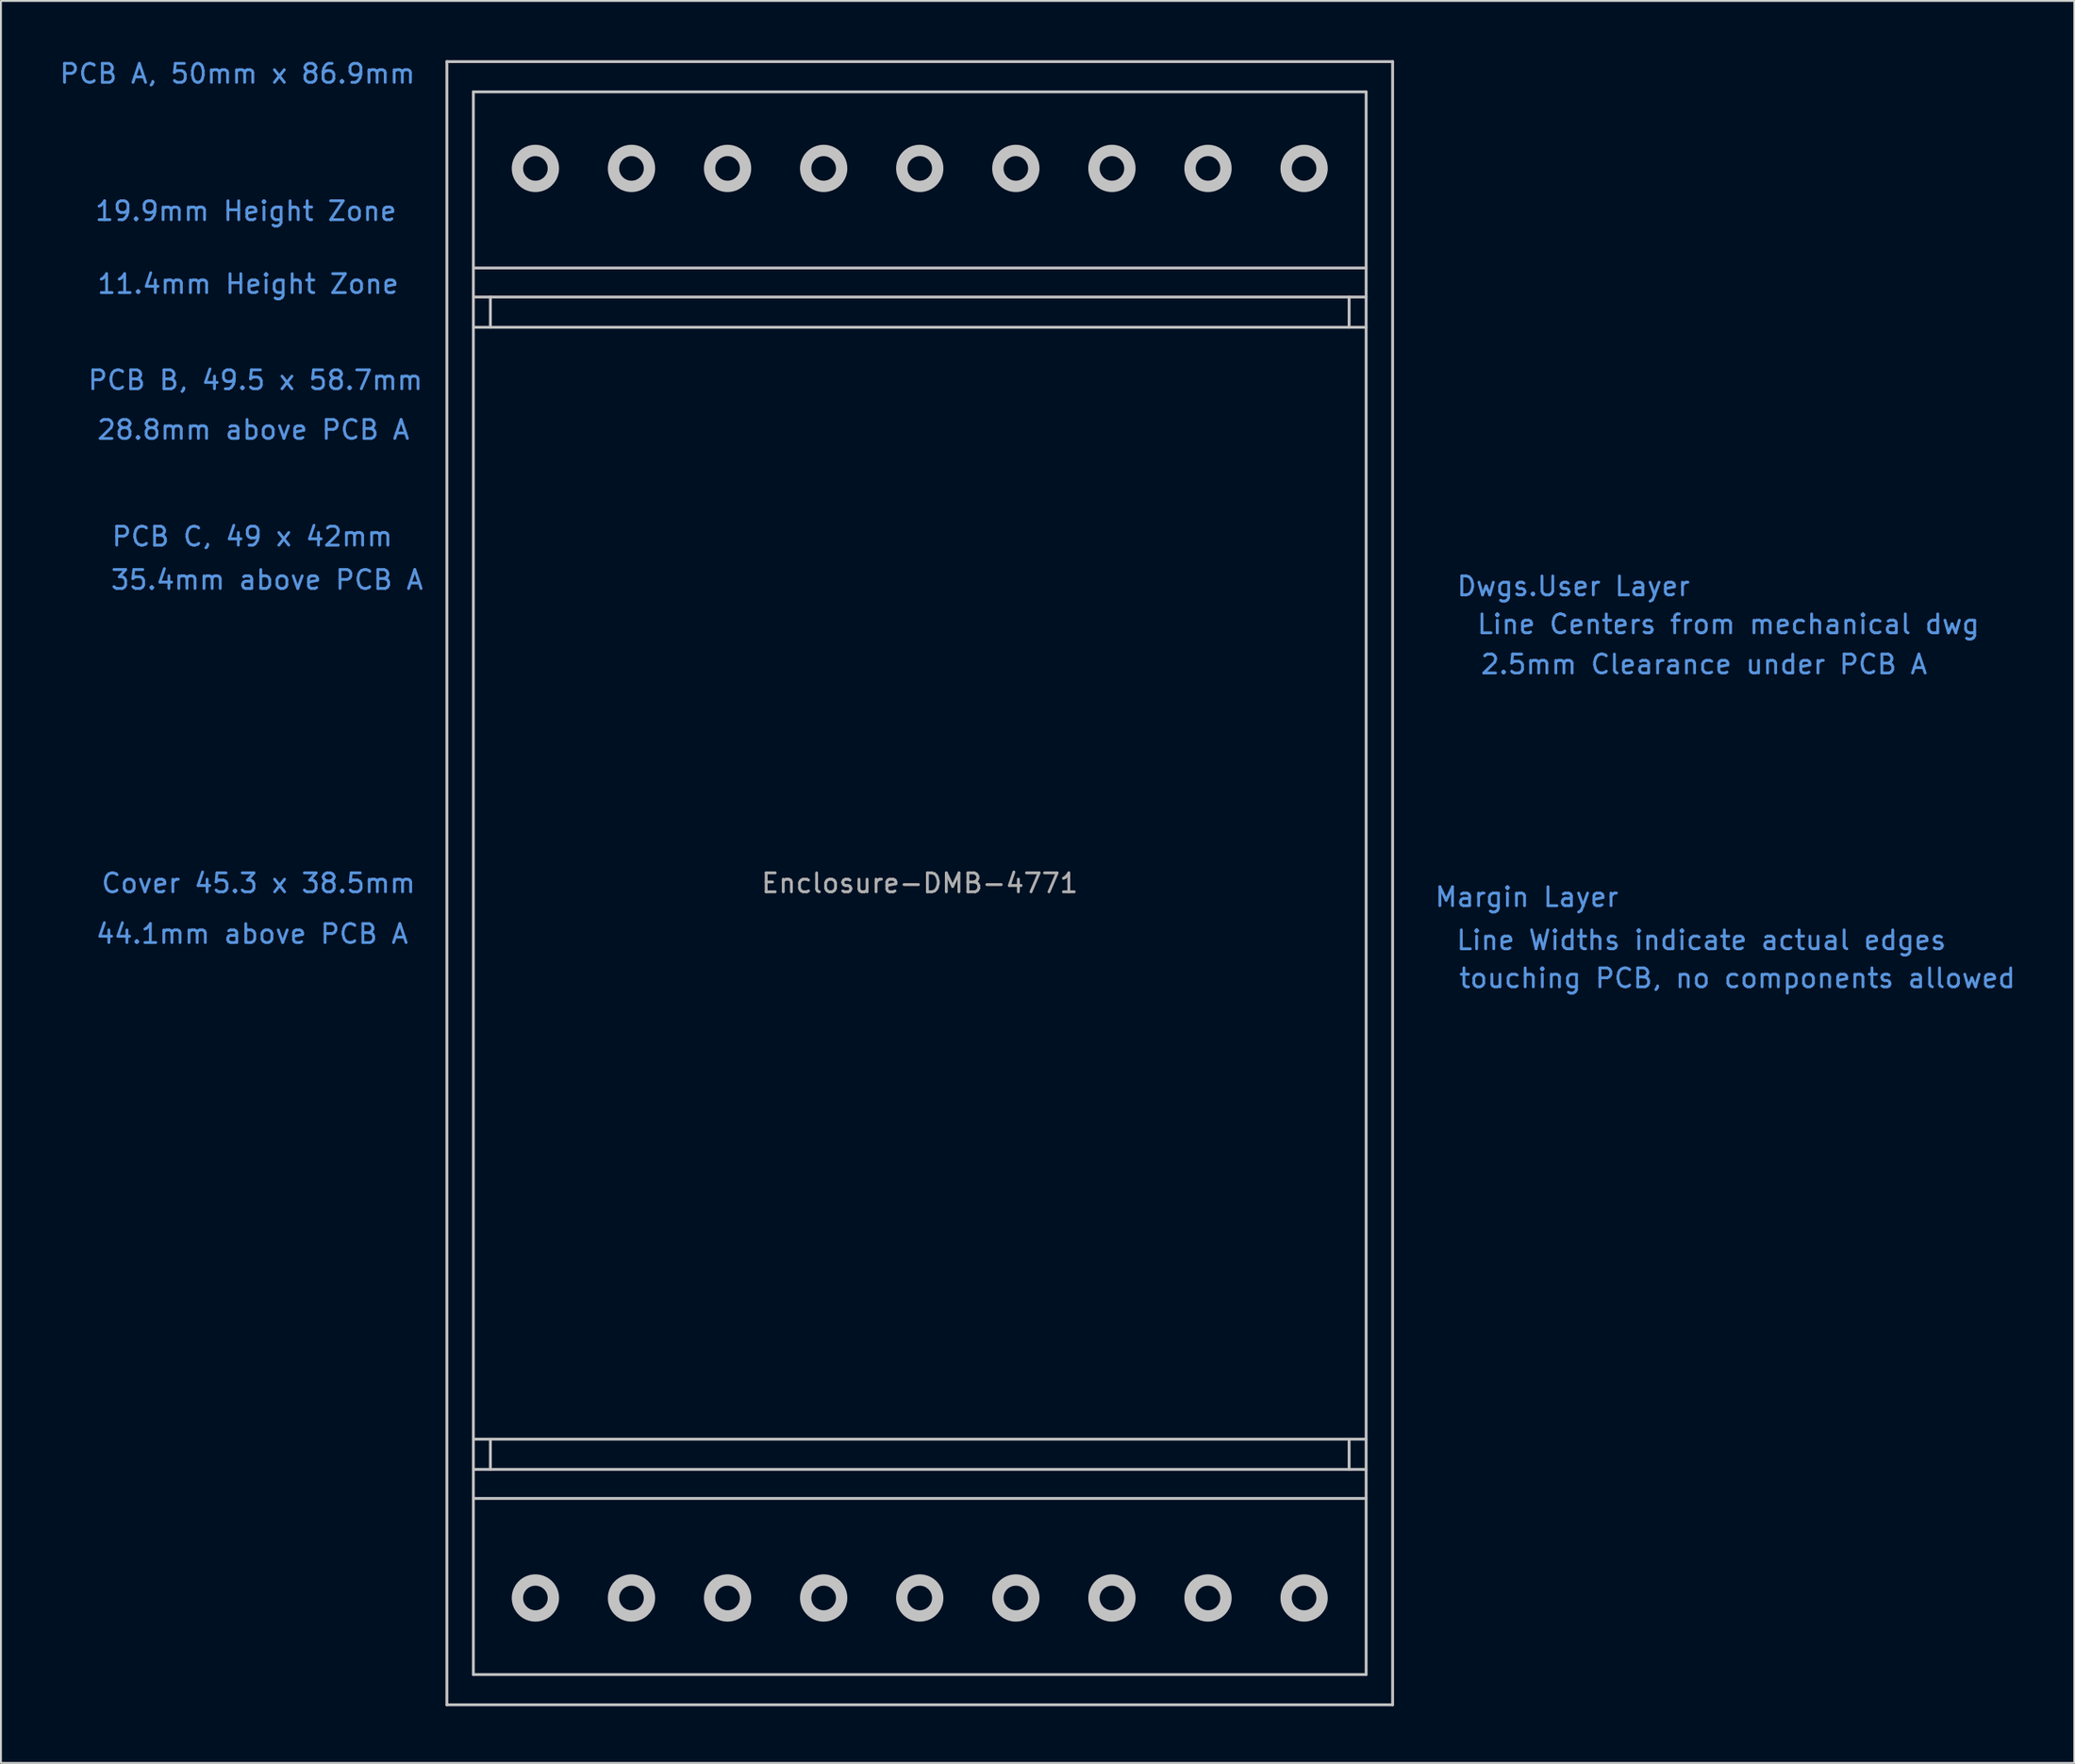
<source format=kicad_pcb>
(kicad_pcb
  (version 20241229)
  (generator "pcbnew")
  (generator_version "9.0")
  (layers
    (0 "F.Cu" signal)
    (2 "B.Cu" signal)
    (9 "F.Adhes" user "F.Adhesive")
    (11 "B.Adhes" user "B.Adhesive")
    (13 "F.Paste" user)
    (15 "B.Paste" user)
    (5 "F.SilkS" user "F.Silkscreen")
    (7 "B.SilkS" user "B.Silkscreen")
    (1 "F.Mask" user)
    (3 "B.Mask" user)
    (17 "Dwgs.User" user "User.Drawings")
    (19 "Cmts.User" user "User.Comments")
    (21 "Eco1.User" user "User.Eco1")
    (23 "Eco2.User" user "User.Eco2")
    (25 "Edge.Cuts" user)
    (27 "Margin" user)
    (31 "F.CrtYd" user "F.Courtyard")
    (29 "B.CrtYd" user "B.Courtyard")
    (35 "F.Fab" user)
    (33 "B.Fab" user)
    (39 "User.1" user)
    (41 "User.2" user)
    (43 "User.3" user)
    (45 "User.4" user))
  (footprint "Enclosure-DMB-4771"
    (layer "F.Cu")
    (at 45.576 43.657)
    (property "Reference" "Enclosure-DMB-4771" (at 0 0 0) (layer "F.Fab") (effects (font (size 1 1) (thickness 0.15))))
    (attr through_hole)
    (fp_line (start -25 -43.45) (end 25 -43.45) (stroke (width 0.15) (type solid)) (layer "Dwgs.User"))
    (fp_line (start -25 43.45) (end -25 -43.45) (stroke (width 0.15) (type solid)) (layer "Dwgs.User"))
    (fp_line (start -25 43.45) (end 25 43.45) (stroke (width 0.15) (type solid)) (layer "Dwgs.User"))
    (fp_line (start -23.6 -41.85) (end -23.6 41.85) (stroke (width 0.15) (type solid)) (layer "Dwgs.User"))
    (fp_line (start -23.6 -41.85) (end 23.6 -41.85) (stroke (width 0.15) (type solid)) (layer "Dwgs.User"))
    (fp_line (start -23.6 -32.535) (end 23.6 -32.535) (stroke (width 0.15) (type solid)) (layer "Dwgs.User"))
    (fp_line (start -23.6 -31) (end 23.6 -31) (stroke (width 0.15) (type solid)) (layer "Dwgs.User"))
    (fp_line (start -23.6 -29.4) (end 23.6 -29.4) (stroke (width 0.15) (type solid)) (layer "Dwgs.User"))
    (fp_line (start -23.6 29.4) (end 23.6 29.4) (stroke (width 0.15) (type solid)) (layer "Dwgs.User"))
    (fp_line (start -23.6 31) (end 23.6 31) (stroke (width 0.15) (type solid)) (layer "Dwgs.User"))
    (fp_line (start -23.6 32.535) (end 23.6 32.535) (stroke (width 0.15) (type solid)) (layer "Dwgs.User"))
    (fp_line (start -23.6 41.85) (end 23.6 41.85) (stroke (width 0.15) (type solid)) (layer "Dwgs.User"))
    (fp_line (start -22.7 -31) (end -22.7 -29.4) (stroke (width 0.15) (type solid)) (layer "Dwgs.User"))
    (fp_line (start -22.7 29.4) (end -22.7 31) (stroke (width 0.15) (type solid)) (layer "Dwgs.User"))
    (fp_line (start 22.7 -31) (end 22.7 -29.4) (stroke (width 0.15) (type solid)) (layer "Dwgs.User"))
    (fp_line (start 22.7 29.4) (end 22.7 31) (stroke (width 0.15) (type solid)) (layer "Dwgs.User"))
    (fp_line (start 23.6 -41.85) (end 23.6 41.85) (stroke (width 0.15) (type solid)) (layer "Dwgs.User"))
    (fp_line (start 25 -43.45) (end 25 43.45) (stroke (width 0.15) (type solid)) (layer "Dwgs.User"))
    (fp_circle (center -20.32 -37.8) (end -21.27 -37.8) (stroke (width 0.6) (type solid)) (fill no) (layer "Dwgs.User"))
    (fp_circle (center -20.32 37.8) (end -21.27 37.8) (stroke (width 0.6) (type solid)) (fill no) (layer "Dwgs.User"))
    (fp_circle (center -15.24 -37.8) (end -16.19 -37.8) (stroke (width 0.6) (type solid)) (fill no) (layer "Dwgs.User"))
    (fp_circle (center -15.24 37.8) (end -16.19 37.8) (stroke (width 0.6) (type solid)) (fill no) (layer "Dwgs.User"))
    (fp_circle (center -10.16 -37.8) (end -11.11 -37.8) (stroke (width 0.6) (type solid)) (fill no) (layer "Dwgs.User"))
    (fp_circle (center -10.16 37.8) (end -11.11 37.8) (stroke (width 0.6) (type solid)) (fill no) (layer "Dwgs.User"))
    (fp_circle (center -5.08 -37.8) (end -6.03 -37.8) (stroke (width 0.6) (type solid)) (fill no) (layer "Dwgs.User"))
    (fp_circle (center -5.08 37.8) (end -6.03 37.8) (stroke (width 0.6) (type solid)) (fill no) (layer "Dwgs.User"))
    (fp_circle (center 0 -37.8) (end -0.95 -37.8) (stroke (width 0.6) (type solid)) (fill no) (layer "Dwgs.User"))
    (fp_circle (center 0 37.8) (end -0.95 37.8) (stroke (width 0.6) (type solid)) (fill no) (layer "Dwgs.User"))
    (fp_circle (center 5.08 -37.8) (end 4.13 -37.8) (stroke (width 0.6) (type solid)) (fill no) (layer "Dwgs.User"))
    (fp_circle (center 5.08 37.8) (end 4.13 37.8) (stroke (width 0.6) (type solid)) (fill no) (layer "Dwgs.User"))
    (fp_circle (center 10.16 -37.8) (end 9.21 -37.8) (stroke (width 0.6) (type solid)) (fill no) (layer "Dwgs.User"))
    (fp_circle (center 10.16 37.8) (end 9.21 37.8) (stroke (width 0.6) (type solid)) (fill no) (layer "Dwgs.User"))
    (fp_circle (center 15.24 -37.8) (end 14.29 -37.8) (stroke (width 0.6) (type solid)) (fill no) (layer "Dwgs.User"))
    (fp_circle (center 15.24 37.8) (end 14.29 37.8) (stroke (width 0.6) (type solid)) (fill no) (layer "Dwgs.User"))
    (fp_circle (center 20.32 -37.8) (end 19.37 -37.8) (stroke (width 0.6) (type solid)) (fill no) (layer "Dwgs.User"))
    (fp_circle (center 20.32 37.8) (end 19.37 37.8) (stroke (width 0.6) (type solid)) (fill no) (layer "Dwgs.User"))
    (fp_line (start -24.75 -29.35) (end -24.75 29.35) (stroke (width 0.15) (type solid)) (layer "Eco2.User"))
    (fp_line (start -24.75 -29.35) (end 24.75 -29.35) (stroke (width 0.15) (type solid)) (layer "Eco2.User"))
    (fp_line (start -24.75 29.35) (end 24.75 29.35) (stroke (width 0.15) (type solid)) (layer "Eco2.User"))
    (fp_line (start -24.5 -21) (end -24.5 21) (stroke (width 0.15) (type solid)) (layer "Eco2.User"))
    (fp_line (start -24.5 -21) (end 24.5 -21) (stroke (width 0.15) (type solid)) (layer "Eco2.User"))
    (fp_line (start -24.5 21) (end 24.5 21) (stroke (width 0.15) (type solid)) (layer "Eco2.User"))
    (fp_line (start -22.65 -19.25) (end -22.65 19.25) (stroke (width 0.15) (type solid)) (layer "Eco2.User"))
    (fp_line (start -22.65 -19.25) (end 22.65 -19.25) (stroke (width 0.15) (type solid)) (layer "Eco2.User"))
    (fp_line (start -22.65 19.25) (end 22.65 19.25) (stroke (width 0.15) (type solid)) (layer "Eco2.User"))
    (fp_line (start 22.65 -19.25) (end 22.65 19.25) (stroke (width 0.15) (type solid)) (layer "Eco2.User"))
    (fp_line (start 24.5 -21) (end 24.5 21) (stroke (width 0.15) (type solid)) (layer "Eco2.User"))
    (fp_line (start 24.75 -29.35) (end 24.75 29.35) (stroke (width 0.15) (type solid)) (layer "Eco2.User"))
    (fp_arc (start -22.65 17.65) (mid -21.518629 18.118629) (end -21.05 19.25) (stroke (width 0.15) (type solid)) (layer "Eco2.User"))
    (fp_arc (start -21.05 -19.25) (mid -21.518629 -18.118629) (end -22.65 -17.65) (stroke (width 0.15) (type solid)) (layer "Eco2.User"))
    (fp_arc (start 21.05 19.25) (mid 21.518629 18.118629) (end 22.65 17.65) (stroke (width 0.15) (type solid)) (layer "Eco2.User"))
    (fp_arc (start 22.65 -17.65) (mid 21.518629 -18.118629) (end 21.05 -19.25) (stroke (width 0.15) (type solid)) (layer "Eco2.User"))
    (fp_line (start -24.35 -42.6) (end -24.35 42.6) (stroke (width 1.5) (type solid)) (layer "Margin"))
    (fp_line (start -24.35 -42.6) (end 24.35 -42.6) (stroke (width 1.5) (type solid)) (layer "Margin"))
    (fp_line (start -24.35 42.6) (end 24.35 42.6) (stroke (width 1.5) (type solid)) (layer "Margin"))
    (fp_line (start -23.15 -30.55) (end -23.15 -29.85) (stroke (width 0.9) (type solid)) (layer "Margin"))
    (fp_line (start -23.15 29.85) (end -23.15 30.55) (stroke (width 0.9) (type solid)) (layer "Margin"))
    (fp_line (start 23.15 -30.55) (end 23.15 -29.85) (stroke (width 0.9) (type solid)) (layer "Margin"))
    (fp_line (start 23.15 29.85) (end 23.15 30.55) (stroke (width 0.9) (type solid)) (layer "Margin"))
    (fp_line (start 24.35 -42.6) (end 24.35 42.6) (stroke (width 1.5) (type solid)) (layer "Margin"))
    (fp_text user "Cover 45.3 x 38.5mm" (at -34.963 0 0) (layer "Cmts.User") (effects (font (size 1 1) (thickness 0.15))))
    (fp_text user "44.1mm above PCB A" (at -35.298 2.682 0) (layer "Cmts.User") (effects (font (size 1 1) (thickness 0.15))))
    (fp_text user "19.9mm Height Zone" (at -35.623 -35.545 0) (layer "Cmts.User") (effects (font (size 1 1) (thickness 0.15))))
    (fp_text user "touching PCB, no components allowed" (at 43.223 5.024 0) (layer "Cmts.User") (effects (font (size 1 1) (thickness 0.15))))
    (fp_text user "Line Centers from mechanical dwg" (at 42.748 -13.696 0) (layer "Cmts.User") (effects (font (size 1 1) (thickness 0.15))))
    (fp_text user "2.5mm Clearance under PCB A" (at 41.463 -11.572 0) (layer "Cmts.User") (effects (font (size 1 1) (thickness 0.15))))
    (fp_text user "28.8mm above PCB A" (at -35.232 -23.978 0) (layer "Cmts.User") (effects (font (size 1 1) (thickness 0.15))))
    (fp_text user "PCB B, 49.5 x 58.7mm" (at -35.121 -26.604 0) (layer "Cmts.User") (effects (font (size 1 1) (thickness 0.15))))
    (fp_text user "Dwgs.User Layer" (at 34.563 -15.704 0) (layer "Cmts.User") (effects (font (size 1 1) (thickness 0.15))))
    (fp_text user "Line Widths indicate actual edges" (at 41.323 3.012 0) (layer "Cmts.User") (effects (font (size 1 1) (thickness 0.15))))
    (fp_text user "11.4mm Height Zone" (at -35.512 -31.689 0) (layer "Cmts.User") (effects (font (size 1 1) (thickness 0.15))))
    (fp_text user "35.4mm above PCB A" (at -34.506 -16.043 0) (layer "Cmts.User") (effects (font (size 1 1) (thickness 0.15))))
    (fp_text user "PCB C, 49 x 42mm" (at -35.288 -18.334 0) (layer "Cmts.User") (effects (font (size 1 1) (thickness 0.15))))
    (fp_text user "Margin Layer" (at 32.094 0.733 0) (layer "Cmts.User") (effects (font (size 1 1) (thickness 0.15))))
    (fp_text user "PCB A, 50mm x 86.9mm" (at -36.071 -42.809 0) (layer "Cmts.User") (effects (font (size 1 1) (thickness 0.15)))))
  (gr_rect
    (start -3 -3)
    (end 106.615 90.182)
    (stroke (width 0.1) (type default))
    (fill no)
    (layer "Edge.Cuts")))
</source>
